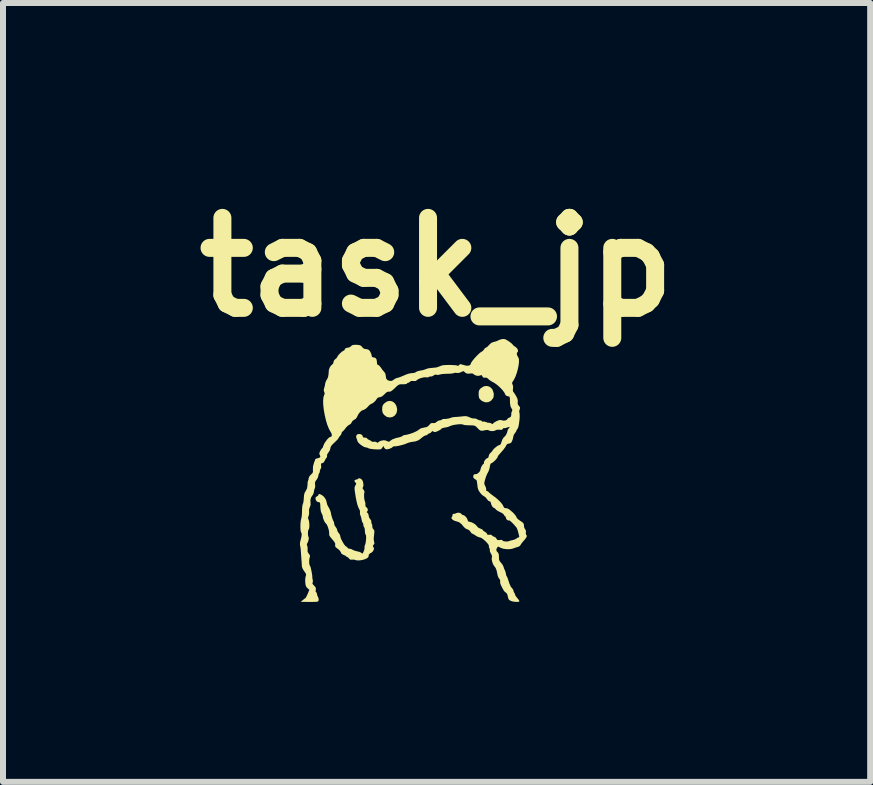
<source format=kicad_pcb>
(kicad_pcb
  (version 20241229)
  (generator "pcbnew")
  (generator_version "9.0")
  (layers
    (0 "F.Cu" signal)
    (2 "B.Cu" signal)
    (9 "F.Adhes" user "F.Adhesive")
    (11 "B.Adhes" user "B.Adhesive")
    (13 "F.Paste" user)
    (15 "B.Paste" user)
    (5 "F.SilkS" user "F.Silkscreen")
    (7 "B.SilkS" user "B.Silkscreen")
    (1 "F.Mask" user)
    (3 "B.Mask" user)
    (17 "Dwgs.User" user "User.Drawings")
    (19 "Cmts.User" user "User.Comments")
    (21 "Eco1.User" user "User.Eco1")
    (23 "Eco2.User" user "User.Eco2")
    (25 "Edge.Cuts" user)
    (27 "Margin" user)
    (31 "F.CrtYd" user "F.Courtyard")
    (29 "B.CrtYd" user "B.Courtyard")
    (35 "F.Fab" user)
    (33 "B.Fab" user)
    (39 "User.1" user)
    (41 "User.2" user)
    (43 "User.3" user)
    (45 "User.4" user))
  (footprint "task_jp"
    (layer "F.Cu")
    (at 4.209 4.484)
    (property "Reference" "task_jp" (at 0.02 -3.08 0) (layer "F.SilkS") (effects (font (size 1.5 1.5) (thickness 0.3))))
    (attr board_only exclude_from_pos_files exclude_from_bom)
    (fp_poly (pts (xy -0.714 -0.84) (xy -0.677 -0.811) (xy -0.65 -0.767) (xy -0.638 -0.71) (xy -0.638 -0.701) (xy -0.648 -0.648) (xy -0.676 -0.608) (xy -0.715 -0.582) (xy -0.761 -0.574) (xy -0.809 -0.583) (xy -0.852 -0.614) (xy -0.876 -0.645) (xy -0.886 -0.679) (xy -0.888 -0.713) (xy -0.885 -0.755) (xy -0.873 -0.785) (xy -0.849 -0.812) (xy -0.805 -0.842) (xy -0.758 -0.851)) (stroke (width 0) (type solid)) (fill yes) (layer "F.SilkS"))
    (fp_poly (pts (xy 0.905 -1.086) (xy 0.943 -1.051) (xy 0.955 -1.03) (xy 0.974 -0.969) (xy 0.969 -0.914) (xy 0.962 -0.896) (xy 0.927 -0.853) (xy 0.882 -0.829) (xy 0.831 -0.827) (xy 0.781 -0.846) (xy 0.761 -0.861) (xy 0.736 -0.886) (xy 0.725 -0.911) (xy 0.721 -0.946) (xy 0.721 -0.963) (xy 0.722 -1.004) (xy 0.731 -1.032) (xy 0.75 -1.055) (xy 0.761 -1.065) (xy 0.809 -1.094) (xy 0.858 -1.1)) (stroke (width 0) (type solid)) (fill yes) (layer "F.SilkS"))
    (fp_poly (pts (xy -1.247 0.446) (xy -1.226 0.463) (xy -1.21 0.489) (xy -1.202 0.525) (xy -1.2 0.561) (xy -1.207 0.587) (xy -1.213 0.594) (xy -1.215 0.607) (xy -1.2 0.629) (xy -1.183 0.656) (xy -1.184 0.675) (xy -1.189 0.704) (xy -1.189 0.747) (xy -1.185 0.79) (xy -1.176 0.824) (xy -1.174 0.829) (xy -1.166 0.86) (xy -1.168 0.88) (xy -1.165 0.909) (xy -1.15 0.923) (xy -1.131 0.945) (xy -1.126 0.972) (xy -1.138 0.994) (xy -1.14 0.995) (xy -1.145 1.006) (xy -1.133 1.015) (xy -1.118 1.035) (xy -1.113 1.062) (xy -1.104 1.097) (xy -1.088 1.12) (xy -1.071 1.143) (xy -1.069 1.161) (xy -1.068 1.185) (xy -1.062 1.195) (xy -1.053 1.22) (xy -1.053 1.241) (xy -1.047 1.272) (xy -1.035 1.288) (xy -1.023 1.302) (xy -1.018 1.32) (xy -1.019 1.351) (xy -1.023 1.388) (xy -1.029 1.449) (xy -1.024 1.491) (xy -1.022 1.497) (xy -1.016 1.525) (xy -1.031 1.549) (xy -1.044 1.571) (xy -1.039 1.582) (xy -1.024 1.602) (xy -1.028 1.631) (xy -1.045 1.661) (xy -1.075 1.685) (xy -1.091 1.692) (xy -1.109 1.71) (xy -1.113 1.731) (xy -1.118 1.753) (xy -1.138 1.771) (xy -1.167 1.786) (xy -1.214 1.801) (xy -1.265 1.809) (xy -1.31 1.809) (xy -1.34 1.8) (xy -1.363 1.795) (xy -1.39 1.797) (xy -1.42 1.796) (xy -1.44 1.777) (xy -1.459 1.757) (xy -1.472 1.751) (xy -1.487 1.745) (xy -1.488 1.741) (xy -1.499 1.731) (xy -1.525 1.72) (xy -1.528 1.719) (xy -1.563 1.7) (xy -1.576 1.676) (xy -1.591 1.649) (xy -1.62 1.621) (xy -1.63 1.614) (xy -1.66 1.591) (xy -1.672 1.572) (xy -1.671 1.55) (xy -1.671 1.527) (xy -1.683 1.503) (xy -1.709 1.47) (xy -1.721 1.456) (xy -1.753 1.418) (xy -1.769 1.391) (xy -1.772 1.368) (xy -1.771 1.363) (xy -1.772 1.333) (xy -1.78 1.293) (xy -1.793 1.251) (xy -1.808 1.216) (xy -1.822 1.197) (xy -1.841 1.176) (xy -1.859 1.141) (xy -1.873 1.104) (xy -1.876 1.083) (xy -1.883 1.052) (xy -1.896 1.027) (xy -1.91 0.991) (xy -1.917 0.936) (xy -1.918 0.918) (xy -1.92 0.875) (xy -1.924 0.851) (xy -1.932 0.84) (xy -1.947 0.838) (xy -1.947 0.838) (xy -1.974 0.829) (xy -1.992 0.807) (xy -2 0.779) (xy -1.995 0.755) (xy -1.976 0.741) (xy -1.956 0.729) (xy -1.951 0.718) (xy -1.946 0.703) (xy -1.928 0.703) (xy -1.895 0.718) (xy -1.859 0.747) (xy -1.83 0.788) (xy -1.814 0.832) (xy -1.813 0.844) (xy -1.806 0.873) (xy -1.789 0.909) (xy -1.782 0.92) (xy -1.761 0.96) (xy -1.745 1.003) (xy -1.744 1.011) (xy -1.734 1.059) (xy -1.72 1.105) (xy -1.707 1.141) (xy -1.698 1.156) (xy -1.69 1.177) (xy -1.688 1.197) (xy -1.68 1.227) (xy -1.663 1.251) (xy -1.645 1.278) (xy -1.638 1.301) (xy -1.63 1.328) (xy -1.613 1.351) (xy -1.595 1.376) (xy -1.588 1.395) (xy -1.582 1.425) (xy -1.566 1.465) (xy -1.543 1.507) (xy -1.52 1.545) (xy -1.498 1.57) (xy -1.491 1.575) (xy -1.47 1.589) (xy -1.463 1.601) (xy -1.453 1.61) (xy -1.435 1.613) (xy -1.402 1.62) (xy -1.38 1.632) (xy -1.351 1.645) (xy -1.311 1.656) (xy -1.299 1.659) (xy -1.262 1.668) (xy -1.235 1.682) (xy -1.23 1.687) (xy -1.22 1.696) (xy -1.21 1.688) (xy -1.196 1.659) (xy -1.195 1.657) (xy -1.184 1.623) (xy -1.181 1.596) (xy -1.182 1.59) (xy -1.181 1.566) (xy -1.177 1.559) (xy -1.168 1.537) (xy -1.161 1.501) (xy -1.156 1.46) (xy -1.155 1.421) (xy -1.157 1.392) (xy -1.162 1.383) (xy -1.17 1.366) (xy -1.175 1.334) (xy -1.176 1.319) (xy -1.178 1.284) (xy -1.185 1.261) (xy -1.188 1.257) (xy -1.198 1.24) (xy -1.201 1.219) (xy -1.205 1.193) (xy -1.212 1.183) (xy -1.221 1.167) (xy -1.23 1.136) (xy -1.232 1.122) (xy -1.24 1.086) (xy -1.25 1.059) (xy -1.253 1.054) (xy -1.259 1.031) (xy -1.257 1.013) (xy -1.258 0.981) (xy -1.274 0.947) (xy -1.288 0.918) (xy -1.301 0.88) (xy -1.314 0.827) (xy -1.328 0.757) (xy -1.34 0.679) (xy -1.347 0.63) (xy -1.348 0.598) (xy -1.343 0.575) (xy -1.334 0.558) (xy -1.321 0.535) (xy -1.324 0.52) (xy -1.332 0.512) (xy -1.349 0.49) (xy -1.347 0.471) (xy -1.327 0.463) (xy -1.326 0.463) (xy -1.302 0.457) (xy -1.294 0.45) (xy -1.275 0.438)) (stroke (width 0) (type solid)) (fill yes) (layer "F.SilkS"))
    (fp_poly (pts (xy 1.169 -1.876) (xy 1.204 -1.856) (xy 1.222 -1.845) (xy 1.256 -1.82) (xy 1.28 -1.8) (xy 1.288 -1.789) (xy 1.298 -1.777) (xy 1.322 -1.758) (xy 1.332 -1.753) (xy 1.361 -1.727) (xy 1.376 -1.697) (xy 1.375 -1.67) (xy 1.363 -1.657) (xy 1.356 -1.64) (xy 1.362 -1.611) (xy 1.378 -1.581) (xy 1.382 -1.576) (xy 1.392 -1.548) (xy 1.393 -1.502) (xy 1.387 -1.444) (xy 1.374 -1.38) (xy 1.356 -1.315) (xy 1.334 -1.254) (xy 1.309 -1.204) (xy 1.297 -1.185) (xy 1.28 -1.158) (xy 1.279 -1.139) (xy 1.286 -1.125) (xy 1.296 -1.089) (xy 1.293 -1.055) (xy 1.291 -1.023) (xy 1.296 -1.004) (xy 1.297 -1.002) (xy 1.31 -0.988) (xy 1.329 -0.958) (xy 1.344 -0.934) (xy 1.366 -0.889) (xy 1.374 -0.852) (xy 1.372 -0.833) (xy 1.372 -0.797) (xy 1.387 -0.773) (xy 1.389 -0.771) (xy 1.411 -0.743) (xy 1.408 -0.713) (xy 1.402 -0.701) (xy 1.396 -0.676) (xy 1.4 -0.658) (xy 1.404 -0.628) (xy 1.405 -0.582) (xy 1.401 -0.53) (xy 1.394 -0.476) (xy 1.386 -0.43) (xy 1.376 -0.397) (xy 1.371 -0.389) (xy 1.355 -0.367) (xy 1.351 -0.354) (xy 1.343 -0.336) (xy 1.326 -0.313) (xy 1.308 -0.286) (xy 1.3 -0.264) (xy 1.296 -0.24) (xy 1.287 -0.205) (xy 1.283 -0.194) (xy 1.268 -0.161) (xy 1.251 -0.145) (xy 1.227 -0.14) (xy 1.194 -0.129) (xy 1.181 -0.109) (xy 1.165 -0.08) (xy 1.132 -0.035) (xy 1.079 0.025) (xy 1.056 0.051) (xy 1.041 0.072) (xy 1.038 0.083) (xy 1.029 0.102) (xy 1.008 0.128) (xy 0.98 0.156) (xy 0.953 0.178) (xy 0.935 0.188) (xy 0.934 0.188) (xy 0.92 0.197) (xy 0.91 0.228) (xy 0.907 0.25) (xy 0.897 0.293) (xy 0.883 0.329) (xy 0.877 0.341) (xy 0.862 0.367) (xy 0.845 0.409) (xy 0.832 0.448) (xy 0.82 0.491) (xy 0.815 0.519) (xy 0.817 0.54) (xy 0.827 0.562) (xy 0.831 0.569) (xy 0.844 0.602) (xy 0.847 0.628) (xy 0.846 0.631) (xy 0.847 0.648) (xy 0.855 0.65) (xy 0.875 0.659) (xy 0.895 0.677) (xy 0.922 0.701) (xy 0.957 0.727) (xy 0.963 0.732) (xy 1.006 0.763) (xy 1.05 0.802) (xy 1.09 0.842) (xy 1.119 0.879) (xy 1.133 0.906) (xy 1.145 0.93) (xy 1.169 0.938) (xy 1.178 0.938) (xy 1.206 0.944) (xy 1.238 0.964) (xy 1.281 1.001) (xy 1.283 1.002) (xy 1.316 1.036) (xy 1.34 1.066) (xy 1.351 1.086) (xy 1.351 1.088) (xy 1.361 1.106) (xy 1.387 1.13) (xy 1.413 1.148) (xy 1.449 1.172) (xy 1.468 1.192) (xy 1.475 1.213) (xy 1.476 1.23) (xy 1.481 1.264) (xy 1.495 1.289) (xy 1.496 1.289) (xy 1.51 1.317) (xy 1.508 1.34) (xy 1.507 1.368) (xy 1.514 1.382) (xy 1.525 1.399) (xy 1.517 1.424) (xy 1.49 1.461) (xy 1.476 1.477) (xy 1.447 1.51) (xy 1.426 1.539) (xy 1.419 1.553) (xy 1.402 1.572) (xy 1.378 1.583) (xy 1.343 1.593) (xy 1.303 1.607) (xy 1.3 1.609) (xy 1.251 1.621) (xy 1.192 1.622) (xy 1.135 1.615) (xy 1.088 1.599) (xy 1.08 1.595) (xy 1.056 1.581) (xy 1.043 1.581) (xy 1.03 1.595) (xy 1.03 1.595) (xy 1.014 1.627) (xy 1.022 1.656) (xy 1.037 1.672) (xy 1.054 1.697) (xy 1.059 1.734) (xy 1.059 1.753) (xy 1.061 1.794) (xy 1.072 1.822) (xy 1.091 1.845) (xy 1.117 1.876) (xy 1.133 1.908) (xy 1.134 1.911) (xy 1.146 1.948) (xy 1.159 1.975) (xy 1.171 2.008) (xy 1.176 2.033) (xy 1.181 2.06) (xy 1.187 2.07) (xy 1.198 2.09) (xy 1.21 2.121) (xy 1.211 2.126) (xy 1.235 2.199) (xy 1.258 2.248) (xy 1.279 2.274) (xy 1.297 2.297) (xy 1.301 2.314) (xy 1.307 2.337) (xy 1.313 2.345) (xy 1.324 2.363) (xy 1.326 2.372) (xy 1.333 2.393) (xy 1.353 2.422) (xy 1.363 2.434) (xy 1.386 2.463) (xy 1.399 2.484) (xy 1.401 2.489) (xy 1.39 2.498) (xy 1.362 2.501) (xy 1.325 2.499) (xy 1.286 2.493) (xy 1.258 2.484) (xy 1.231 2.469) (xy 1.216 2.447) (xy 1.208 2.412) (xy 1.196 2.368) (xy 1.176 2.346) (xy 1.174 2.345) (xy 1.157 2.333) (xy 1.139 2.31) (xy 1.118 2.273) (xy 1.09 2.216) (xy 1.088 2.211) (xy 1.079 2.18) (xy 1.08 2.157) (xy 1.078 2.132) (xy 1.068 2.121) (xy 1.053 2.099) (xy 1.039 2.065) (xy 1.037 2.057) (xy 1.028 2.014) (xy 1.019 1.974) (xy 1.018 1.97) (xy 1.003 1.933) (xy 0.98 1.903) (xy 0.962 1.874) (xy 0.947 1.834) (xy 0.939 1.793) (xy 0.94 1.76) (xy 0.944 1.752) (xy 0.943 1.733) (xy 0.931 1.704) (xy 0.925 1.695) (xy 0.91 1.664) (xy 0.906 1.642) (xy 0.907 1.638) (xy 0.907 1.618) (xy 0.9 1.607) (xy 0.891 1.583) (xy 0.892 1.571) (xy 0.888 1.552) (xy 0.868 1.524) (xy 0.838 1.492) (xy 0.805 1.462) (xy 0.772 1.438) (xy 0.746 1.426) (xy 0.741 1.426) (xy 0.712 1.418) (xy 0.678 1.4) (xy 0.67 1.394) (xy 0.641 1.375) (xy 0.618 1.364) (xy 0.614 1.363) (xy 0.599 1.353) (xy 0.585 1.331) (xy 0.559 1.302) (xy 0.535 1.292) (xy 0.502 1.277) (xy 0.475 1.252) (xy 0.435 1.204) (xy 0.397 1.174) (xy 0.358 1.16) (xy 0.351 1.158) (xy 0.317 1.148) (xy 0.288 1.131) (xy 0.27 1.112) (xy 0.267 1.096) (xy 0.272 1.09) (xy 0.282 1.072) (xy 0.284 1.057) (xy 0.289 1.037) (xy 0.308 1.032) (xy 0.334 1.028) (xy 0.345 1.022) (xy 0.367 1.014) (xy 0.396 1.014) (xy 0.422 1.023) (xy 0.43 1.032) (xy 0.447 1.048) (xy 0.459 1.051) (xy 0.483 1.061) (xy 0.51 1.085) (xy 0.53 1.115) (xy 0.538 1.14) (xy 0.548 1.16) (xy 0.561 1.163) (xy 0.596 1.171) (xy 0.637 1.19) (xy 0.673 1.216) (xy 0.692 1.238) (xy 0.715 1.263) (xy 0.747 1.278) (xy 0.775 1.289) (xy 0.788 1.3) (xy 0.788 1.301) (xy 0.798 1.314) (xy 0.822 1.33) (xy 0.825 1.332) (xy 0.851 1.35) (xy 0.863 1.369) (xy 0.863 1.37) (xy 0.87 1.383) (xy 0.893 1.381) (xy 0.895 1.381) (xy 0.928 1.381) (xy 0.942 1.392) (xy 0.966 1.41) (xy 0.982 1.415) (xy 1.006 1.429) (xy 1.019 1.448) (xy 1.032 1.467) (xy 1.053 1.471) (xy 1.072 1.468) (xy 1.105 1.466) (xy 1.119 1.477) (xy 1.135 1.488) (xy 1.164 1.493) (xy 1.199 1.494) (xy 1.227 1.488) (xy 1.232 1.486) (xy 1.252 1.478) (xy 1.285 1.471) (xy 1.291 1.469) (xy 1.325 1.459) (xy 1.35 1.445) (xy 1.352 1.443) (xy 1.374 1.428) (xy 1.385 1.426) (xy 1.398 1.419) (xy 1.395 1.398) (xy 1.387 1.367) (xy 1.383 1.351) (xy 1.372 1.308) (xy 1.356 1.269) (xy 1.346 1.254) (xy 1.314 1.217) (xy 1.282 1.183) (xy 1.254 1.157) (xy 1.235 1.143) (xy 1.23 1.142) (xy 1.213 1.144) (xy 1.193 1.132) (xy 1.178 1.112) (xy 1.176 1.1) (xy 1.171 1.08) (xy 1.164 1.076) (xy 1.151 1.065) (xy 1.145 1.053) (xy 1.129 1.032) (xy 1.104 1.016) (xy 1.051 0.99) (xy 1.016 0.968) (xy 1.001 0.952) (xy 1 0.95) (xy 0.99 0.939) (xy 0.983 0.938) (xy 0.963 0.927) (xy 0.943 0.902) (xy 0.929 0.87) (xy 0.925 0.851) (xy 0.917 0.829) (xy 0.904 0.825) (xy 0.883 0.815) (xy 0.862 0.791) (xy 0.86 0.788) (xy 0.837 0.758) (xy 0.81 0.739) (xy 0.81 0.739) (xy 0.777 0.717) (xy 0.745 0.681) (xy 0.718 0.638) (xy 0.705 0.599) (xy 0.704 0.594) (xy 0.7 0.555) (xy 0.696 0.525) (xy 0.691 0.495) (xy 0.689 0.479) (xy 0.678 0.464) (xy 0.663 0.457) (xy 0.64 0.439) (xy 0.631 0.424) (xy 0.631 0.396) (xy 0.645 0.375) (xy 0.666 0.37) (xy 0.67 0.371) (xy 0.691 0.368) (xy 0.716 0.35) (xy 0.739 0.326) (xy 0.75 0.302) (xy 0.75 0.299) (xy 0.756 0.273) (xy 0.769 0.242) (xy 0.786 0.214) (xy 0.8 0.201) (xy 0.803 0.2) (xy 0.81 0.191) (xy 0.808 0.181) (xy 0.812 0.16) (xy 0.828 0.134) (xy 0.851 0.111) (xy 0.873 0.1) (xy 0.875 0.1) (xy 0.885 0.089) (xy 0.888 0.07) (xy 0.898 0.039) (xy 0.919 0.015) (xy 0.941 -0.005) (xy 0.95 -0.018) (xy 0.95 -0.018) (xy 0.96 -0.035) (xy 0.983 -0.059) (xy 1.013 -0.084) (xy 1.041 -0.104) (xy 1.062 -0.113) (xy 1.062 -0.113) (xy 1.08 -0.119) (xy 1.093 -0.14) (xy 1.102 -0.169) (xy 1.116 -0.207) (xy 1.134 -0.236) (xy 1.141 -0.243) (xy 1.169 -0.272) (xy 1.191 -0.311) (xy 1.201 -0.348) (xy 1.201 -0.35) (xy 1.21 -0.376) (xy 1.219 -0.388) (xy 1.237 -0.407) (xy 1.233 -0.415) (xy 1.21 -0.412) (xy 1.196 -0.406) (xy 1.166 -0.397) (xy 1.147 -0.396) (xy 1.145 -0.397) (xy 1.133 -0.396) (xy 1.124 -0.384) (xy 1.109 -0.369) (xy 1.082 -0.368) (xy 1.069 -0.37) (xy 1.023 -0.369) (xy 0.999 -0.358) (xy 0.967 -0.347) (xy 0.926 -0.347) (xy 0.892 -0.357) (xy 0.884 -0.363) (xy 0.866 -0.366) (xy 0.835 -0.363) (xy 0.828 -0.361) (xy 0.785 -0.353) (xy 0.756 -0.354) (xy 0.732 -0.368) (xy 0.703 -0.396) (xy 0.68 -0.42) (xy 0.659 -0.434) (xy 0.634 -0.441) (xy 0.596 -0.443) (xy 0.569 -0.443) (xy 0.523 -0.445) (xy 0.487 -0.448) (xy 0.469 -0.453) (xy 0.468 -0.453) (xy 0.447 -0.46) (xy 0.409 -0.462) (xy 0.362 -0.458) (xy 0.313 -0.451) (xy 0.268 -0.44) (xy 0.237 -0.428) (xy 0.231 -0.425) (xy 0.212 -0.417) (xy 0.178 -0.409) (xy 0.159 -0.406) (xy 0.125 -0.399) (xy 0.103 -0.391) (xy 0.1 -0.386) (xy 0.09 -0.375) (xy 0.063 -0.359) (xy 0.044 -0.349) (xy 0.008 -0.334) (xy -0.014 -0.33) (xy -0.031 -0.337) (xy -0.033 -0.339) (xy -0.05 -0.348) (xy -0.063 -0.337) (xy -0.064 -0.334) (xy -0.082 -0.316) (xy -0.093 -0.313) (xy -0.114 -0.304) (xy -0.125 -0.294) (xy -0.149 -0.278) (xy -0.163 -0.275) (xy -0.185 -0.267) (xy -0.215 -0.247) (xy -0.227 -0.236) (xy -0.277 -0.197) (xy -0.33 -0.176) (xy -0.384 -0.168) (xy -0.429 -0.16) (xy -0.472 -0.145) (xy -0.478 -0.142) (xy -0.51 -0.129) (xy -0.553 -0.116) (xy -0.6 -0.104) (xy -0.643 -0.096) (xy -0.675 -0.092) (xy -0.688 -0.094) (xy -0.703 -0.091) (xy -0.707 -0.086) (xy -0.728 -0.069) (xy -0.763 -0.053) (xy -0.799 -0.044) (xy -0.826 -0.044) (xy -0.848 -0.061) (xy -0.858 -0.078) (xy -0.865 -0.096) (xy -0.872 -0.092) (xy -0.879 -0.08) (xy -0.896 -0.056) (xy -0.906 -0.047) (xy -0.926 -0.042) (xy -0.963 -0.041) (xy -1.008 -0.043) (xy -1.054 -0.047) (xy -1.092 -0.053) (xy -1.115 -0.06) (xy -1.117 -0.061) (xy -1.139 -0.072) (xy -1.163 -0.075) (xy -1.189 -0.083) (xy -1.223 -0.103) (xy -1.258 -0.129) (xy -1.286 -0.156) (xy -1.3 -0.179) (xy -1.301 -0.184) (xy -1.307 -0.207) (xy -1.315 -0.224) (xy -1.323 -0.255) (xy -1.312 -0.284) (xy -1.295 -0.296) (xy -1.263 -0.299) (xy -1.233 -0.29) (xy -1.215 -0.272) (xy -1.213 -0.262) (xy -1.207 -0.244) (xy -1.185 -0.238) (xy -1.176 -0.238) (xy -1.149 -0.234) (xy -1.138 -0.225) (xy -1.138 -0.224) (xy -1.128 -0.212) (xy -1.102 -0.199) (xy -1.101 -0.198) (xy -1.075 -0.186) (xy -1.063 -0.174) (xy -1.063 -0.174) (xy -1.053 -0.168) (xy -1.032 -0.17) (xy -0.996 -0.169) (xy -0.98 -0.161) (xy -0.962 -0.151) (xy -0.954 -0.159) (xy -0.939 -0.172) (xy -0.91 -0.185) (xy -0.899 -0.188) (xy -0.859 -0.195) (xy -0.827 -0.189) (xy -0.811 -0.182) (xy -0.784 -0.171) (xy -0.767 -0.172) (xy -0.752 -0.186) (xy -0.717 -0.209) (xy -0.658 -0.231) (xy -0.6 -0.244) (xy -0.569 -0.254) (xy -0.549 -0.265) (xy -0.548 -0.267) (xy -0.53 -0.278) (xy -0.51 -0.281) (xy -0.471 -0.288) (xy -0.421 -0.302) (xy -0.369 -0.32) (xy -0.323 -0.341) (xy -0.29 -0.36) (xy -0.282 -0.367) (xy -0.243 -0.393) (xy -0.192 -0.405) (xy -0.149 -0.414) (xy -0.12 -0.43) (xy -0.102 -0.45) (xy -0.079 -0.475) (xy -0.056 -0.482) (xy -0.04 -0.48) (xy -0.005 -0.482) (xy 0.018 -0.499) (xy 0.045 -0.519) (xy 0.07 -0.525) (xy 0.096 -0.53) (xy 0.107 -0.539) (xy 0.124 -0.548) (xy 0.142 -0.549) (xy 0.174 -0.55) (xy 0.215 -0.556) (xy 0.252 -0.566) (xy 0.269 -0.573) (xy 0.288 -0.578) (xy 0.322 -0.582) (xy 0.344 -0.583) (xy 0.395 -0.587) (xy 0.447 -0.592) (xy 0.461 -0.594) (xy 0.506 -0.597) (xy 0.547 -0.587) (xy 0.569 -0.577) (xy 0.605 -0.562) (xy 0.634 -0.557) (xy 0.643 -0.558) (xy 0.667 -0.557) (xy 0.694 -0.545) (xy 0.725 -0.53) (xy 0.75 -0.525) (xy 0.77 -0.52) (xy 0.775 -0.511) (xy 0.785 -0.503) (xy 0.795 -0.505) (xy 0.821 -0.505) (xy 0.842 -0.498) (xy 0.872 -0.487) (xy 0.892 -0.486) (xy 0.92 -0.481) (xy 0.934 -0.473) (xy 0.951 -0.463) (xy 0.96 -0.472) (xy 0.96 -0.472) (xy 0.974 -0.486) (xy 1.003 -0.504) (xy 1.022 -0.514) (xy 1.062 -0.53) (xy 1.089 -0.532) (xy 1.109 -0.527) (xy 1.138 -0.521) (xy 1.169 -0.525) (xy 1.193 -0.537) (xy 1.201 -0.55) (xy 1.211 -0.562) (xy 1.232 -0.57) (xy 1.258 -0.588) (xy 1.266 -0.622) (xy 1.264 -0.641) (xy 1.268 -0.659) (xy 1.276 -0.677) (xy 1.283 -0.701) (xy 1.27 -0.724) (xy 1.268 -0.727) (xy 1.253 -0.755) (xy 1.245 -0.801) (xy 1.243 -0.829) (xy 1.242 -0.877) (xy 1.24 -0.905) (xy 1.234 -0.92) (xy 1.224 -0.925) (xy 1.205 -0.928) (xy 1.204 -0.928) (xy 1.174 -0.941) (xy 1.164 -0.959) (xy 1.147 -0.993) (xy 1.115 -1.035) (xy 1.072 -1.079) (xy 1.026 -1.12) (xy 0.981 -1.151) (xy 0.968 -1.158) (xy 0.928 -1.18) (xy 0.896 -1.202) (xy 0.882 -1.216) (xy 0.86 -1.234) (xy 0.842 -1.238) (xy 0.808 -1.237) (xy 0.79 -1.246) (xy 0.782 -1.263) (xy 0.772 -1.28) (xy 0.753 -1.277) (xy 0.749 -1.275) (xy 0.713 -1.267) (xy 0.673 -1.274) (xy 0.64 -1.292) (xy 0.637 -1.296) (xy 0.617 -1.308) (xy 0.583 -1.308) (xy 0.572 -1.306) (xy 0.535 -1.304) (xy 0.509 -1.313) (xy 0.494 -1.325) (xy 0.473 -1.343) (xy 0.456 -1.345) (xy 0.432 -1.331) (xy 0.388 -1.316) (xy 0.356 -1.317) (xy 0.326 -1.319) (xy 0.308 -1.315) (xy 0.307 -1.314) (xy 0.292 -1.309) (xy 0.259 -1.305) (xy 0.214 -1.303) (xy 0.203 -1.303) (xy 0.151 -1.301) (xy 0.105 -1.297) (xy 0.073 -1.29) (xy 0.071 -1.289) (xy 0.035 -1.282) (xy 0.016 -1.287) (xy -0.008 -1.288) (xy -0.03 -1.274) (xy -0.056 -1.259) (xy -0.076 -1.257) (xy -0.099 -1.256) (xy -0.107 -1.25) (xy -0.125 -1.242) (xy -0.157 -1.244) (xy -0.193 -1.243) (xy -0.236 -1.233) (xy -0.279 -1.217) (xy -0.31 -1.197) (xy -0.319 -1.188) (xy -0.336 -1.181) (xy -0.366 -1.182) (xy -0.368 -1.182) (xy -0.404 -1.183) (xy -0.424 -1.17) (xy -0.446 -1.154) (xy -0.458 -1.151) (xy -0.474 -1.144) (xy -0.475 -1.138) (xy -0.487 -1.132) (xy -0.516 -1.128) (xy -0.543 -1.128) (xy -0.578 -1.128) (xy -0.603 -1.123) (xy -0.627 -1.11) (xy -0.655 -1.085) (xy -0.676 -1.064) (xy -0.715 -1.029) (xy -0.743 -1.009) (xy -0.764 -1.004) (xy -0.773 -1.004) (xy -0.797 -1.003) (xy -0.823 -0.987) (xy -0.848 -0.962) (xy -0.887 -0.927) (xy -0.921 -0.913) (xy -0.928 -0.913) (xy -0.962 -0.903) (xy -0.977 -0.885) (xy -0.996 -0.857) (xy -1.024 -0.829) (xy -1.052 -0.808) (xy -1.07 -0.801) (xy -1.086 -0.792) (xy -1.111 -0.77) (xy -1.129 -0.75) (xy -1.161 -0.72) (xy -1.19 -0.703) (xy -1.2 -0.7) (xy -1.227 -0.69) (xy -1.257 -0.664) (xy -1.285 -0.628) (xy -1.303 -0.591) (xy -1.304 -0.587) (xy -1.325 -0.554) (xy -1.351 -0.538) (xy -1.382 -0.516) (xy -1.396 -0.492) (xy -1.413 -0.466) (xy -1.432 -0.455) (xy -1.455 -0.441) (xy -1.484 -0.414) (xy -1.5 -0.393) (xy -1.524 -0.362) (xy -1.544 -0.342) (xy -1.552 -0.338) (xy -1.561 -0.327) (xy -1.563 -0.315) (xy -1.572 -0.289) (xy -1.588 -0.269) (xy -1.607 -0.247) (xy -1.614 -0.233) (xy -1.622 -0.218) (xy -1.646 -0.192) (xy -1.678 -0.161) (xy -1.682 -0.157) (xy -1.722 -0.119) (xy -1.743 -0.09) (xy -1.751 -0.065) (xy -1.751 -0.061) (xy -1.76 -0.027) (xy -1.782 0.007) (xy -1.782 0.008) (xy -1.804 0.039) (xy -1.807 0.064) (xy -1.807 0.086) (xy -1.813 0.094) (xy -1.826 0.11) (xy -1.842 0.139) (xy -1.844 0.145) (xy -1.865 0.178) (xy -1.887 0.188) (xy -1.903 0.191) (xy -1.908 0.207) (xy -1.905 0.23) (xy -1.904 0.262) (xy -1.912 0.28) (xy -1.912 0.281) (xy -1.923 0.299) (xy -1.926 0.319) (xy -1.931 0.345) (xy -1.938 0.356) (xy -1.948 0.374) (xy -1.951 0.396) (xy -1.959 0.426) (xy -1.978 0.46) (xy -1.983 0.465) (xy -2.004 0.497) (xy -2.009 0.527) (xy -2.006 0.545) (xy -2.004 0.579) (xy -2.009 0.602) (xy -2.01 0.604) (xy -2.019 0.627) (xy -2.024 0.656) (xy -2.031 0.689) (xy -2.042 0.712) (xy -2.072 0.758) (xy -2.084 0.8) (xy -2.082 0.84) (xy -2.081 0.886) (xy -2.093 0.918) (xy -2.107 0.96) (xy -2.106 0.996) (xy -2.106 1.035) (xy -2.114 1.069) (xy -2.116 1.073) (xy -2.125 1.101) (xy -2.116 1.126) (xy -2.108 1.151) (xy -2.103 1.189) (xy -2.101 1.231) (xy -2.104 1.267) (xy -2.11 1.291) (xy -2.114 1.294) (xy -2.122 1.311) (xy -2.125 1.343) (xy -2.125 1.379) (xy -2.12 1.408) (xy -2.114 1.42) (xy -2.111 1.438) (xy -2.115 1.469) (xy -2.125 1.502) (xy -2.138 1.528) (xy -2.142 1.533) (xy -2.143 1.549) (xy -2.137 1.566) (xy -2.13 1.597) (xy -2.131 1.63) (xy -2.131 1.665) (xy -2.113 1.695) (xy -2.111 1.697) (xy -2.093 1.722) (xy -2.091 1.746) (xy -2.097 1.762) (xy -2.103 1.794) (xy -2.105 1.833) (xy -2.102 1.87) (xy -2.094 1.896) (xy -2.089 1.901) (xy -2.083 1.915) (xy -2.075 1.946) (xy -2.066 1.988) (xy -2.058 2.031) (xy -2.053 2.068) (xy -2.052 2.093) (xy -2.052 2.096) (xy -2.05 2.116) (xy -2.045 2.131) (xy -2.042 2.161) (xy -2.047 2.174) (xy -2.051 2.192) (xy -2.038 2.214) (xy -2.023 2.229) (xy -1.999 2.256) (xy -1.992 2.28) (xy -1.995 2.301) (xy -1.997 2.329) (xy -1.989 2.339) (xy -1.979 2.349) (xy -1.976 2.364) (xy -1.969 2.394) (xy -1.958 2.418) (xy -1.946 2.449) (xy -1.947 2.473) (xy -1.951 2.485) (xy -1.959 2.493) (xy -1.977 2.498) (xy -2.007 2.5) (xy -2.055 2.501) (xy -2.099 2.501) (xy -2.245 2.5) (xy -2.211 2.471) (xy -2.186 2.45) (xy -2.168 2.438) (xy -2.167 2.437) (xy -2.157 2.424) (xy -2.142 2.394) (xy -2.129 2.366) (xy -2.102 2.299) (xy -2.133 2.272) (xy -2.154 2.248) (xy -2.165 2.216) (xy -2.17 2.176) (xy -2.171 2.13) (xy -2.167 2.09) (xy -2.162 2.073) (xy -2.156 2.05) (xy -2.16 2.029) (xy -2.178 2.002) (xy -2.187 1.99) (xy -2.213 1.95) (xy -2.226 1.913) (xy -2.227 1.905) (xy -2.228 1.874) (xy -2.231 1.828) (xy -2.234 1.788) (xy -2.238 1.733) (xy -2.242 1.677) (xy -2.244 1.645) (xy -2.248 1.603) (xy -2.254 1.57) (xy -2.257 1.56) (xy -2.259 1.535) (xy -2.255 1.498) (xy -2.251 1.485) (xy -2.234 1.417) (xy -2.229 1.371) (xy -2.235 1.347) (xy -2.237 1.345) (xy -2.245 1.329) (xy -2.249 1.294) (xy -2.251 1.25) (xy -2.25 1.201) (xy -2.246 1.156) (xy -2.24 1.123) (xy -2.238 1.117) (xy -2.231 1.088) (xy -2.226 1.043) (xy -2.224 0.991) (xy -2.224 0.982) (xy -2.222 0.933) (xy -2.217 0.892) (xy -2.211 0.868) (xy -2.209 0.865) (xy -2.202 0.844) (xy -2.197 0.807) (xy -2.194 0.77) (xy -2.19 0.718) (xy -2.18 0.681) (xy -2.163 0.652) (xy -2.14 0.609) (xy -2.133 0.557) (xy -2.132 0.55) (xy -2.131 0.513) (xy -2.126 0.487) (xy -2.123 0.48) (xy -2.116 0.462) (xy -2.114 0.441) (xy -2.103 0.41) (xy -2.075 0.378) (xy -2.05 0.354) (xy -2.041 0.331) (xy -2.043 0.3) (xy -2.041 0.243) (xy -2.026 0.187) (xy -2.012 0.15) (xy -2.003 0.125) (xy -2.001 0.117) (xy -1.99 0.113) (xy -1.965 0.107) (xy -1.964 0.106) (xy -1.929 0.095) (xy -1.918 0.078) (xy -1.927 0.052) (xy -1.928 0.051) (xy -1.936 0.031) (xy -1.931 0.007) (xy -1.919 -0.018) (xy -1.902 -0.046) (xy -1.889 -0.061) (xy -1.887 -0.063) (xy -1.878 -0.073) (xy -1.87 -0.097) (xy -1.857 -0.131) (xy -1.833 -0.17) (xy -1.805 -0.207) (xy -1.777 -0.236) (xy -1.754 -0.25) (xy -1.751 -0.25) (xy -1.731 -0.259) (xy -1.726 -0.283) (xy -1.737 -0.317) (xy -1.749 -0.336) (xy -1.777 -0.388) (xy -1.804 -0.456) (xy -1.827 -0.534) (xy -1.846 -0.618) (xy -1.861 -0.703) (xy -1.87 -0.783) (xy -1.872 -0.854) (xy -1.867 -0.911) (xy -1.857 -0.942) (xy -1.846 -0.972) (xy -1.851 -0.995) (xy -1.854 -1.001) (xy -1.862 -1.025) (xy -1.857 -1.056) (xy -1.854 -1.067) (xy -1.843 -1.104) (xy -1.838 -1.136) (xy -1.838 -1.137) (xy -1.831 -1.166) (xy -1.814 -1.2) (xy -1.81 -1.205) (xy -1.791 -1.243) (xy -1.782 -1.291) (xy -1.781 -1.314) (xy -1.776 -1.369) (xy -1.761 -1.409) (xy -1.752 -1.424) (xy -1.731 -1.449) (xy -1.715 -1.463) (xy -1.712 -1.463) (xy -1.704 -1.474) (xy -1.701 -1.494) (xy -1.689 -1.527) (xy -1.67 -1.546) (xy -1.647 -1.565) (xy -1.638 -1.581) (xy -1.629 -1.598) (xy -1.608 -1.625) (xy -1.579 -1.653) (xy -1.552 -1.676) (xy -1.531 -1.688) (xy -1.528 -1.688) (xy -1.515 -1.698) (xy -1.513 -1.706) (xy -1.502 -1.725) (xy -1.472 -1.737) (xy -1.452 -1.738) (xy -1.427 -1.747) (xy -1.407 -1.763) (xy -1.387 -1.779) (xy -1.36 -1.785) (xy -1.316 -1.786) (xy -1.316 -1.786) (xy -1.273 -1.782) (xy -1.247 -1.773) (xy -1.227 -1.756) (xy -1.222 -1.748) (xy -1.193 -1.721) (xy -1.156 -1.713) (xy -1.154 -1.713) (xy -1.122 -1.708) (xy -1.099 -1.689) (xy -1.088 -1.673) (xy -1.071 -1.638) (xy -1.063 -1.607) (xy -1.063 -1.604) (xy -1.056 -1.582) (xy -1.034 -1.576) (xy -1 -1.567) (xy -0.981 -1.541) (xy -0.975 -1.498) (xy -0.972 -1.464) (xy -0.961 -1.451) (xy -0.957 -1.451) (xy -0.939 -1.441) (xy -0.917 -1.416) (xy -0.908 -1.404) (xy -0.884 -1.369) (xy -0.86 -1.34) (xy -0.854 -1.335) (xy -0.834 -1.303) (xy -0.828 -1.268) (xy -0.821 -1.224) (xy -0.801 -1.198) (xy -0.764 -1.184) (xy -0.762 -1.184) (xy -0.726 -1.184) (xy -0.7 -1.201) (xy -0.669 -1.222) (xy -0.641 -1.233) (xy -0.611 -1.24) (xy -0.581 -1.251) (xy -0.542 -1.267) (xy -0.499 -1.286) (xy -0.453 -1.303) (xy -0.407 -1.312) (xy -0.391 -1.313) (xy -0.355 -1.317) (xy -0.33 -1.327) (xy -0.326 -1.33) (xy -0.306 -1.342) (xy -0.271 -1.352) (xy -0.251 -1.356) (xy -0.206 -1.364) (xy -0.166 -1.377) (xy -0.154 -1.382) (xy -0.121 -1.393) (xy -0.076 -1.399) (xy -0.05 -1.401) (xy 0.022 -1.409) (xy 0.069 -1.426) (xy 0.098 -1.438) (xy 0.132 -1.446) (xy 0.177 -1.449) (xy 0.24 -1.45) (xy 0.293 -1.448) (xy 0.336 -1.445) (xy 0.363 -1.44) (xy 0.37 -1.436) (xy 0.382 -1.435) (xy 0.394 -1.447) (xy 0.406 -1.46) (xy 0.42 -1.463) (xy 0.444 -1.457) (xy 0.47 -1.449) (xy 0.517 -1.437) (xy 0.556 -1.438) (xy 0.581 -1.451) (xy 0.588 -1.468) (xy 0.596 -1.488) (xy 0.618 -1.52) (xy 0.649 -1.558) (xy 0.685 -1.597) (xy 0.72 -1.632) (xy 0.749 -1.657) (xy 0.763 -1.665) (xy 0.793 -1.686) (xy 0.812 -1.71) (xy 0.828 -1.732) (xy 0.842 -1.738) (xy 0.86 -1.748) (xy 0.884 -1.771) (xy 0.893 -1.782) (xy 0.932 -1.818) (xy 0.973 -1.834) (xy 1.011 -1.843) (xy 1.042 -1.856) (xy 1.044 -1.858) (xy 1.074 -1.871) (xy 1.112 -1.881) (xy 1.112 -1.881) (xy 1.141 -1.883)) (stroke (width 0) (type solid)) (fill yes) (layer "F.SilkS")))
  (gr_rect
    (start -3 -3)
    (end 11.457 9.985)
    (stroke (width 0.1) (type default))
    (fill no)
    (layer "Edge.Cuts")))
</source>
